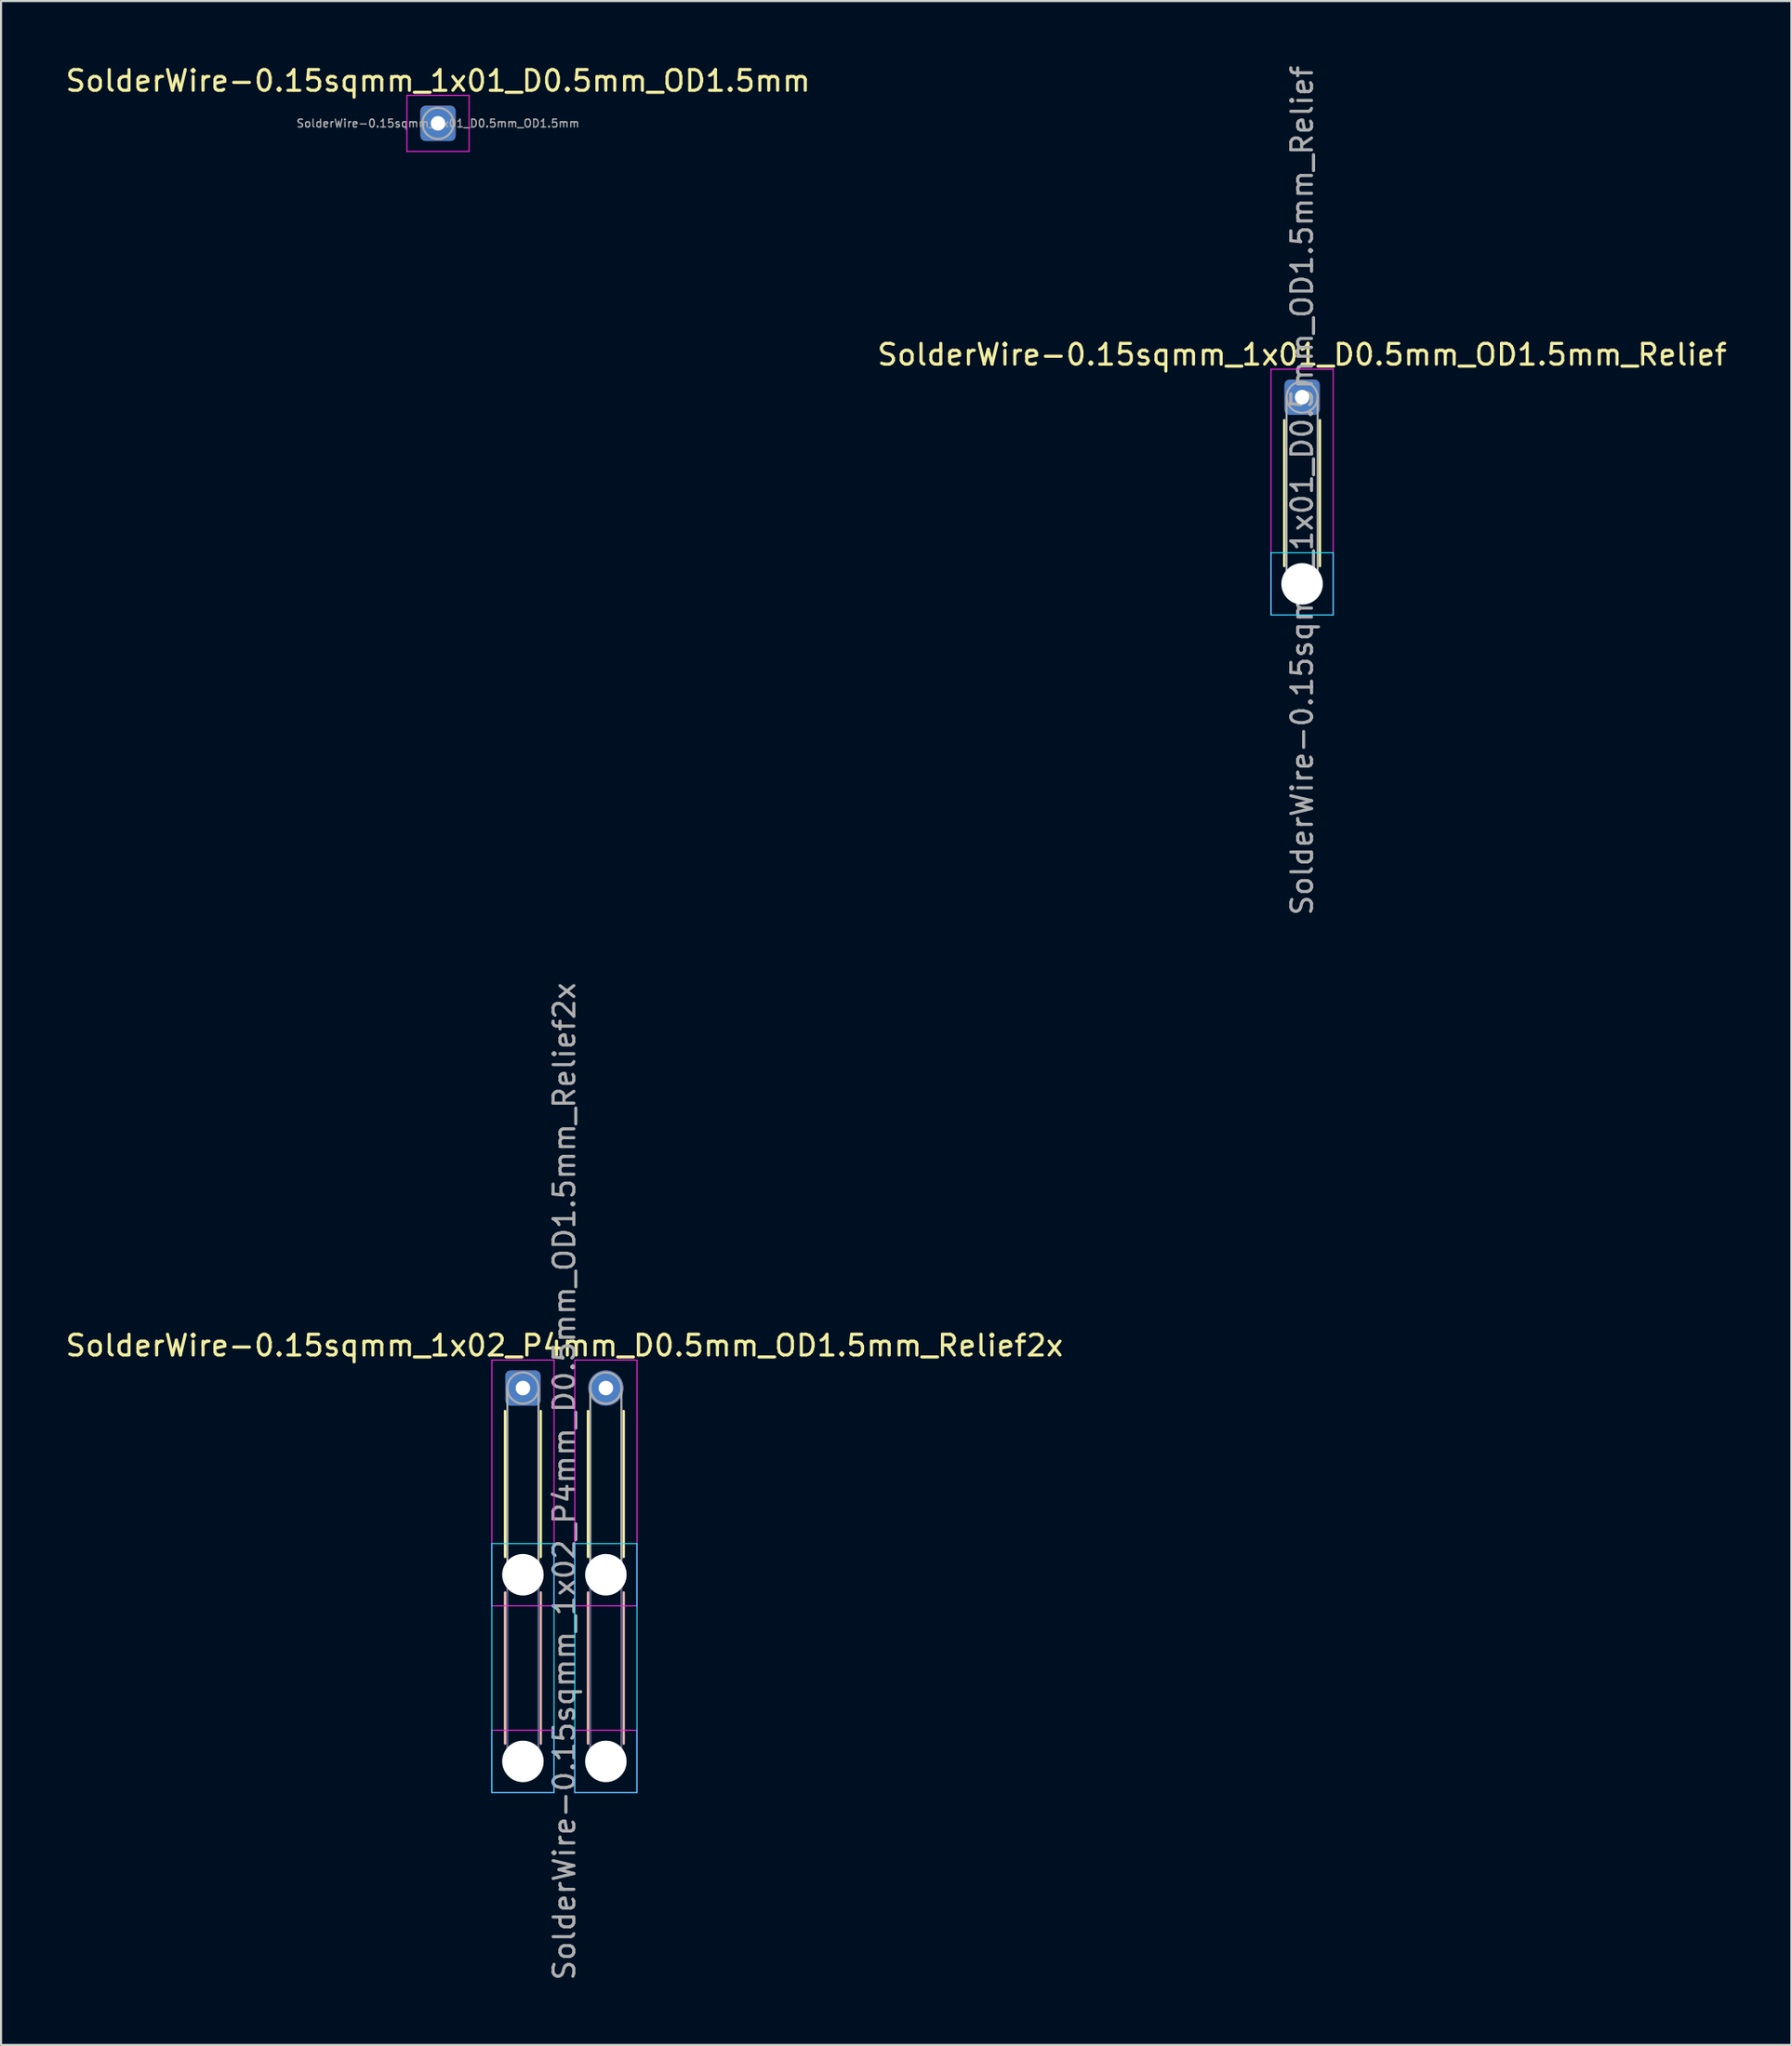
<source format=kicad_pcb>
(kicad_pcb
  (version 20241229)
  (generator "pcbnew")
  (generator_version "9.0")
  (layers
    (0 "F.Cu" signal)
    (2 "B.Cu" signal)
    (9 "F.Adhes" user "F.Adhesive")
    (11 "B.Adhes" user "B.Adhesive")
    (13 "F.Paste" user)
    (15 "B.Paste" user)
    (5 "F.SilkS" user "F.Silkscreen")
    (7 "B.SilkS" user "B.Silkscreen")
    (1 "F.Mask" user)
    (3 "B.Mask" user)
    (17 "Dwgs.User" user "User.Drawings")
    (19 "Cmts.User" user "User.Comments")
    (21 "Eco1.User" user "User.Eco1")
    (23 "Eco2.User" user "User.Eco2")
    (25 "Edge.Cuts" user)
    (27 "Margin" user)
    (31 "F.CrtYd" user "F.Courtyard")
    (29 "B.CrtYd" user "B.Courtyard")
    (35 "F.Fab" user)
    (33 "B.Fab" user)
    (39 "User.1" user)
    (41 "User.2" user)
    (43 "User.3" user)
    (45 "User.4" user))
  (footprint "SolderWire-0.15sqmm_1x01_D0.5mm_OD1.5mm"
    (layer "F.Cu")
    (at 18.077 2.898)
    (property "Reference" "SolderWire-0.15sqmm_1x01_D0.5mm_OD1.5mm" (at 0 -2.05 0) (layer "F.SilkS") (effects (font (size 1 1) (thickness 0.15))))
    (attr exclude_from_pos_files exclude_from_bom)
    (fp_line (start -1.5 -1.35) (end -1.5 1.35) (stroke (width 0.05) (type solid)) (layer "F.CrtYd"))
    (fp_line (start -1.5 1.35) (end 1.5 1.35) (stroke (width 0.05) (type solid)) (layer "F.CrtYd"))
    (fp_line (start 1.5 -1.35) (end -1.5 -1.35) (stroke (width 0.05) (type solid)) (layer "F.CrtYd"))
    (fp_line (start 1.5 1.35) (end 1.5 -1.35) (stroke (width 0.05) (type solid)) (layer "F.CrtYd"))
    (fp_circle (center 0 0) (end 0.75 0) (stroke (width 0.1) (type solid)) (fill no) (layer "F.Fab"))
    (fp_text user "${REFERENCE}" (at 0 0 0) (layer "F.Fab") (effects (font (size 0.38 0.38) (thickness 0.06))))
    (pad "1" thru_hole roundrect (at 0 0) (size 1.7 1.7) (drill 0.7) (layers "*.Cu" "*.Mask") (roundrect_rratio 0.147)))
  (footprint "SolderWire-0.15sqmm_1x02_P4mm_D0.5mm_OD1.5mm_Relief2x"
    (layer "F.Cu")
    (at 22.173 63.875)
    (property "Reference" "SolderWire-0.15sqmm_1x02_P4mm_D0.5mm_OD1.5mm_Relief2x" (at 2 -2.05 0) (layer "F.SilkS") (effects (font (size 1 1) (thickness 0.15))))
    (attr exclude_from_pos_files exclude_from_bom)
    (fp_line (start -0.86 1.11) (end -0.86 8.14) (stroke (width 0.12) (type solid)) (layer "F.SilkS"))
    (fp_line (start 0.86 1.11) (end 0.86 8.14) (stroke (width 0.12) (type solid)) (layer "F.SilkS"))
    (fp_line (start 3.14 1.11) (end 3.14 8.14) (stroke (width 0.12) (type solid)) (layer "F.SilkS"))
    (fp_line (start 4.86 1.11) (end 4.86 8.14) (stroke (width 0.12) (type solid)) (layer "F.SilkS"))
    (fp_line (start -0.86 9.86) (end -0.86 17.14) (stroke (width 0.12) (type solid)) (layer "B.SilkS"))
    (fp_line (start 0.86 9.86) (end 0.86 17.14) (stroke (width 0.12) (type solid)) (layer "B.SilkS"))
    (fp_line (start 3.14 9.86) (end 3.14 17.14) (stroke (width 0.12) (type solid)) (layer "B.SilkS"))
    (fp_line (start 4.86 9.86) (end 4.86 17.14) (stroke (width 0.12) (type solid)) (layer "B.SilkS"))
    (fp_line (start -1.5 7.5) (end -1.5 19.5) (stroke (width 0.05) (type solid)) (layer "B.CrtYd"))
    (fp_line (start -1.5 19.5) (end 1.5 19.5) (stroke (width 0.05) (type solid)) (layer "B.CrtYd"))
    (fp_line (start 1.5 7.5) (end -1.5 7.5) (stroke (width 0.05) (type solid)) (layer "B.CrtYd"))
    (fp_line (start 1.5 19.5) (end 1.5 7.5) (stroke (width 0.05) (type solid)) (layer "B.CrtYd"))
    (fp_line (start 2.5 7.5) (end 2.5 19.5) (stroke (width 0.05) (type solid)) (layer "B.CrtYd"))
    (fp_line (start 2.5 19.5) (end 5.5 19.5) (stroke (width 0.05) (type solid)) (layer "B.CrtYd"))
    (fp_line (start 5.5 7.5) (end 2.5 7.5) (stroke (width 0.05) (type solid)) (layer "B.CrtYd"))
    (fp_line (start 5.5 19.5) (end 5.5 7.5) (stroke (width 0.05) (type solid)) (layer "B.CrtYd"))
    (fp_line (start -1.5 -1.35) (end -1.5 10.5) (stroke (width 0.05) (type solid)) (layer "F.CrtYd"))
    (fp_line (start -1.5 10.5) (end 1.5 10.5) (stroke (width 0.05) (type solid)) (layer "F.CrtYd"))
    (fp_line (start -1.5 16.5) (end -1.5 19.5) (stroke (width 0.05) (type solid)) (layer "F.CrtYd"))
    (fp_line (start -1.5 19.5) (end 1.5 19.5) (stroke (width 0.05) (type solid)) (layer "F.CrtYd"))
    (fp_line (start 1.5 -1.35) (end -1.5 -1.35) (stroke (width 0.05) (type solid)) (layer "F.CrtYd"))
    (fp_line (start 1.5 10.5) (end 1.5 -1.35) (stroke (width 0.05) (type solid)) (layer "F.CrtYd"))
    (fp_line (start 1.5 16.5) (end -1.5 16.5) (stroke (width 0.05) (type solid)) (layer "F.CrtYd"))
    (fp_line (start 1.5 19.5) (end 1.5 16.5) (stroke (width 0.05) (type solid)) (layer "F.CrtYd"))
    (fp_line (start 2.5 -1.35) (end 2.5 10.5) (stroke (width 0.05) (type solid)) (layer "F.CrtYd"))
    (fp_line (start 2.5 10.5) (end 5.5 10.5) (stroke (width 0.05) (type solid)) (layer "F.CrtYd"))
    (fp_line (start 2.5 16.5) (end 2.5 19.5) (stroke (width 0.05) (type solid)) (layer "F.CrtYd"))
    (fp_line (start 2.5 19.5) (end 5.5 19.5) (stroke (width 0.05) (type solid)) (layer "F.CrtYd"))
    (fp_line (start 5.5 -1.35) (end 2.5 -1.35) (stroke (width 0.05) (type solid)) (layer "F.CrtYd"))
    (fp_line (start 5.5 10.5) (end 5.5 -1.35) (stroke (width 0.05) (type solid)) (layer "F.CrtYd"))
    (fp_line (start 5.5 16.5) (end 2.5 16.5) (stroke (width 0.05) (type solid)) (layer "F.CrtYd"))
    (fp_line (start 5.5 19.5) (end 5.5 16.5) (stroke (width 0.05) (type solid)) (layer "F.CrtYd"))
    (fp_line (start -0.75 9) (end -0.75 18) (stroke (width 0.1) (type solid)) (layer "B.Fab"))
    (fp_line (start 0.75 9) (end 0.75 18) (stroke (width 0.1) (type solid)) (layer "B.Fab"))
    (fp_line (start 3.25 9) (end 3.25 18) (stroke (width 0.1) (type solid)) (layer "B.Fab"))
    (fp_line (start 4.75 9) (end 4.75 18) (stroke (width 0.1) (type solid)) (layer "B.Fab"))
    (fp_circle (center 0 9) (end 0.75 9) (stroke (width 0.1) (type solid)) (fill no) (layer "B.Fab"))
    (fp_circle (center 0 18) (end 0.75 18) (stroke (width 0.1) (type solid)) (fill no) (layer "B.Fab"))
    (fp_circle (center 4 9) (end 4.75 9) (stroke (width 0.1) (type solid)) (fill no) (layer "B.Fab"))
    (fp_circle (center 4 18) (end 4.75 18) (stroke (width 0.1) (type solid)) (fill no) (layer "B.Fab"))
    (fp_line (start -0.75 0) (end -0.75 9) (stroke (width 0.1) (type solid)) (layer "F.Fab"))
    (fp_line (start 0.75 0) (end 0.75 9) (stroke (width 0.1) (type solid)) (layer "F.Fab"))
    (fp_line (start 3.25 0) (end 3.25 9) (stroke (width 0.1) (type solid)) (layer "F.Fab"))
    (fp_line (start 4.75 0) (end 4.75 9) (stroke (width 0.1) (type solid)) (layer "F.Fab"))
    (fp_circle (center 0 0) (end 0.75 0) (stroke (width 0.1) (type solid)) (fill no) (layer "F.Fab"))
    (fp_circle (center 0 9) (end 0.75 9) (stroke (width 0.1) (type solid)) (fill no) (layer "F.Fab"))
    (fp_circle (center 0 18) (end 0.75 18) (stroke (width 0.1) (type solid)) (fill no) (layer "F.Fab"))
    (fp_circle (center 4 0) (end 4.75 0) (stroke (width 0.1) (type solid)) (fill no) (layer "F.Fab"))
    (fp_circle (center 4 9) (end 4.75 9) (stroke (width 0.1) (type solid)) (fill no) (layer "F.Fab"))
    (fp_circle (center 4 18) (end 4.75 18) (stroke (width 0.1) (type solid)) (fill no) (layer "F.Fab"))
    (fp_text user "${REFERENCE}" (at 2 4.5 90) (layer "F.Fab") (effects (font (size 1 1) (thickness 0.15))))
    (pad "" np_thru_hole circle (at 0 9) (size 2 2) (drill 2) (layers "*.Cu" "*.Mask"))
    (pad "" np_thru_hole circle (at 0 18) (size 2 2) (drill 2) (layers "*.Cu" "*.Mask"))
    (pad "" np_thru_hole circle (at 4 9) (size 2 2) (drill 2) (layers "*.Cu" "*.Mask"))
    (pad "" np_thru_hole circle (at 4 18) (size 2 2) (drill 2) (layers "*.Cu" "*.Mask"))
    (pad "1" thru_hole roundrect (at 0 0) (size 1.7 1.7) (drill 0.7) (layers "*.Cu" "*.Mask") (roundrect_rratio 0.147))
    (pad "2" thru_hole circle (at 4 0) (size 1.7 1.7) (drill 0.7) (layers "*.Cu" "*.Mask")))
  (footprint "SolderWire-0.15sqmm_1x01_D0.5mm_OD1.5mm_Relief"
    (layer "F.Cu")
    (at 59.756 16.101)
    (property "Reference" "SolderWire-0.15sqmm_1x01_D0.5mm_OD1.5mm_Relief" (at 0 -2.05 0) (layer "F.SilkS") (effects (font (size 1 1) (thickness 0.15))))
    (attr exclude_from_pos_files exclude_from_bom)
    (fp_line (start -0.86 1.11) (end -0.86 8.14) (stroke (width 0.12) (type solid)) (layer "F.SilkS"))
    (fp_line (start 0.86 1.11) (end 0.86 8.14) (stroke (width 0.12) (type solid)) (layer "F.SilkS"))
    (fp_line (start -1.5 7.5) (end -1.5 10.5) (stroke (width 0.05) (type solid)) (layer "B.CrtYd"))
    (fp_line (start -1.5 10.5) (end 1.5 10.5) (stroke (width 0.05) (type solid)) (layer "B.CrtYd"))
    (fp_line (start 1.5 7.5) (end -1.5 7.5) (stroke (width 0.05) (type solid)) (layer "B.CrtYd"))
    (fp_line (start 1.5 10.5) (end 1.5 7.5) (stroke (width 0.05) (type solid)) (layer "B.CrtYd"))
    (fp_line (start -1.5 -1.35) (end -1.5 10.5) (stroke (width 0.05) (type solid)) (layer "F.CrtYd"))
    (fp_line (start -1.5 10.5) (end 1.5 10.5) (stroke (width 0.05) (type solid)) (layer "F.CrtYd"))
    (fp_line (start 1.5 -1.35) (end -1.5 -1.35) (stroke (width 0.05) (type solid)) (layer "F.CrtYd"))
    (fp_line (start 1.5 10.5) (end 1.5 -1.35) (stroke (width 0.05) (type solid)) (layer "F.CrtYd"))
    (fp_line (start -0.75 0) (end -0.75 9) (stroke (width 0.1) (type solid)) (layer "F.Fab"))
    (fp_line (start 0.75 0) (end 0.75 9) (stroke (width 0.1) (type solid)) (layer "F.Fab"))
    (fp_circle (center 0 0) (end 0.75 0) (stroke (width 0.1) (type solid)) (fill no) (layer "F.Fab"))
    (fp_circle (center 0 9) (end 0.75 9) (stroke (width 0.1) (type solid)) (fill no) (layer "F.Fab"))
    (fp_text user "${REFERENCE}" (at 0 4.5 90) (layer "F.Fab") (effects (font (size 1 1) (thickness 0.15))))
    (pad "" np_thru_hole circle (at 0 9) (size 2 2) (drill 2) (layers "*.Cu" "*.Mask"))
    (pad "1" thru_hole roundrect (at 0 0) (size 1.7 1.7) (drill 0.7) (layers "*.Cu" "*.Mask") (roundrect_rratio 0.147)))
  (gr_rect
    (start -3 -3)
    (end 83.357 95.548)
    (stroke (width 0.1) (type default))
    (fill no)
    (layer "Edge.Cuts")))
</source>
